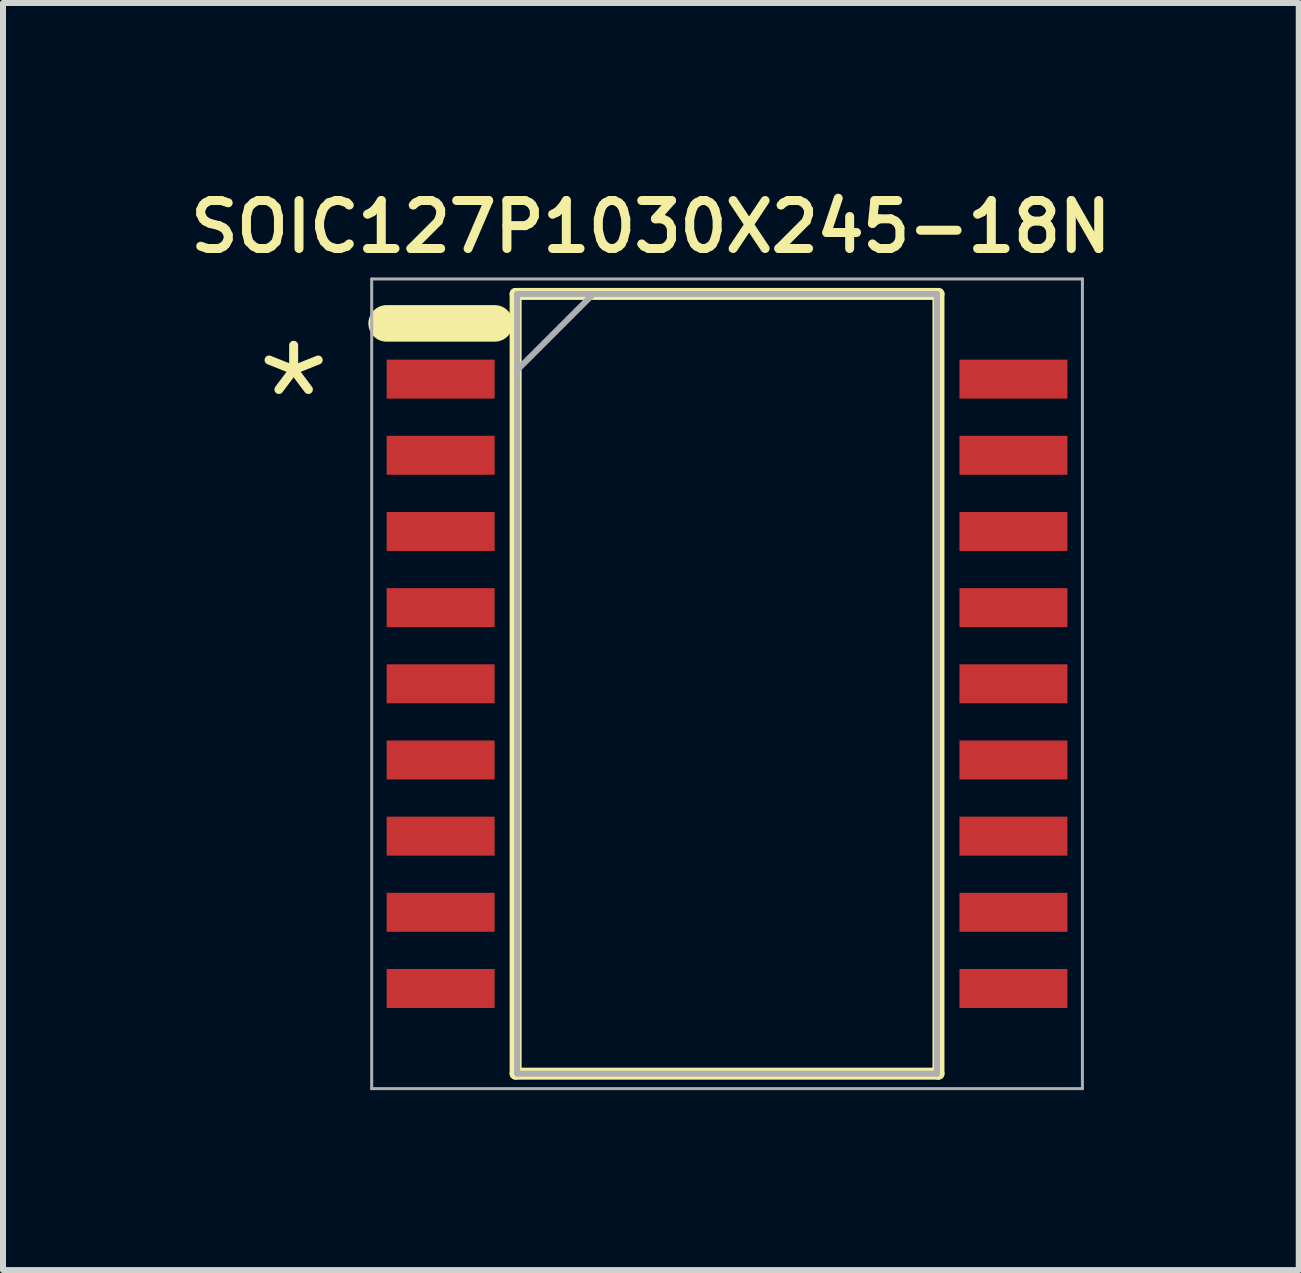
<source format=kicad_pcb>
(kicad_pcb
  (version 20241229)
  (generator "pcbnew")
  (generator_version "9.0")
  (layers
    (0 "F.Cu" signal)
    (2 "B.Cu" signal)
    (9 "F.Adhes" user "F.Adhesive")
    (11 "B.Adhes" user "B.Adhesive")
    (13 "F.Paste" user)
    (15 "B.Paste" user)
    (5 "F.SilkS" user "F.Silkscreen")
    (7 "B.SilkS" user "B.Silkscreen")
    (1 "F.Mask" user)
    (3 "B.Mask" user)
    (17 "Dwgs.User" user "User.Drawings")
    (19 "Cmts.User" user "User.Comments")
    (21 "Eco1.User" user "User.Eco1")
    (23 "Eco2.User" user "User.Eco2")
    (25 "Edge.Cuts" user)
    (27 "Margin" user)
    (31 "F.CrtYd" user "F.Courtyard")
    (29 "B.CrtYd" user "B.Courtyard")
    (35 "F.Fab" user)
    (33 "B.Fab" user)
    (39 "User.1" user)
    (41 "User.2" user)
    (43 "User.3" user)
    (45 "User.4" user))
  (footprint "SOIC127P1030X245-18N"
    (layer "F.Cu")
    (at 9.072 8.351)
    (property "Reference" "SOIC127P1030X245-18N" (at -1.27 -7.62 0) (layer "F.SilkS") (effects (font (size 0.8 0.8) (thickness 0.15))))
    (attr smd)
    (fp_line (start -5.675 -6.009) (end -3.875 -6.009) (stroke (width 0.61) (type solid)) (layer "F.SilkS"))
    (fp_line (start -3.525 -6.5) (end 3.525 -6.5) (stroke (width 0.2) (type solid)) (layer "F.SilkS"))
    (fp_line (start -3.525 6.5) (end -3.525 -6.5) (stroke (width 0.2) (type solid)) (layer "F.SilkS"))
    (fp_line (start 3.525 -6.5) (end 3.525 6.5) (stroke (width 0.2) (type solid)) (layer "F.SilkS"))
    (fp_line (start 3.525 6.5) (end -3.525 6.5) (stroke (width 0.2) (type solid)) (layer "F.SilkS"))
    (fp_line (start -5.925 -6.75) (end 5.925 -6.75) (stroke (width 0.05) (type solid)) (layer "F.Fab"))
    (fp_line (start -5.925 6.75) (end -5.925 -6.75) (stroke (width 0.05) (type solid)) (layer "F.Fab"))
    (fp_line (start -3.5 -6.5) (end 3.5 -6.5) (stroke (width 0.1) (type solid)) (layer "F.Fab"))
    (fp_line (start -3.5 -5.23) (end -2.23 -6.5) (stroke (width 0.1) (type solid)) (layer "F.Fab"))
    (fp_line (start -3.5 6.5) (end -3.5 -6.5) (stroke (width 0.1) (type solid)) (layer "F.Fab"))
    (fp_line (start 3.5 -6.5) (end 3.5 6.5) (stroke (width 0.1) (type solid)) (layer "F.Fab"))
    (fp_line (start 3.5 6.5) (end -3.5 6.5) (stroke (width 0.1) (type solid)) (layer "F.Fab"))
    (fp_line (start 5.925 -6.75) (end 5.925 6.75) (stroke (width 0.05) (type solid)) (layer "F.Fab"))
    (fp_line (start 5.925 6.75) (end -5.925 6.75) (stroke (width 0.05) (type solid)) (layer "F.Fab"))
    (fp_text user "*" (at -7.226 -4.712 0) (layer "F.SilkS") (effects (font (size 1.72 1.72) (thickness 0.15))))
    (pad "1" smd rect (at -4.775 -5.08) (size 1.8 0.65) (layers "F.Cu" "F.Mask" "F.Paste"))
    (pad "2" smd rect (at -4.775 -3.81) (size 1.8 0.65) (layers "F.Cu" "F.Mask" "F.Paste"))
    (pad "3" smd rect (at -4.775 -2.54) (size 1.8 0.65) (layers "F.Cu" "F.Mask" "F.Paste"))
    (pad "4" smd rect (at -4.775 -1.27) (size 1.8 0.65) (layers "F.Cu" "F.Mask" "F.Paste"))
    (pad "5" smd rect (at -4.775 0) (size 1.8 0.65) (layers "F.Cu" "F.Mask" "F.Paste"))
    (pad "6" smd rect (at -4.775 1.27) (size 1.8 0.65) (layers "F.Cu" "F.Mask" "F.Paste"))
    (pad "7" smd rect (at -4.775 2.54) (size 1.8 0.65) (layers "F.Cu" "F.Mask" "F.Paste"))
    (pad "8" smd rect (at -4.775 3.81) (size 1.8 0.65) (layers "F.Cu" "F.Mask" "F.Paste"))
    (pad "9" smd rect (at -4.775 5.08) (size 1.8 0.65) (layers "F.Cu" "F.Mask" "F.Paste"))
    (pad "10" smd rect (at 4.775 5.08) (size 1.8 0.65) (layers "F.Cu" "F.Mask" "F.Paste"))
    (pad "11" smd rect (at 4.775 3.81) (size 1.8 0.65) (layers "F.Cu" "F.Mask" "F.Paste"))
    (pad "12" smd rect (at 4.775 2.54) (size 1.8 0.65) (layers "F.Cu" "F.Mask" "F.Paste"))
    (pad "13" smd rect (at 4.775 1.27) (size 1.8 0.65) (layers "F.Cu" "F.Mask" "F.Paste"))
    (pad "14" smd rect (at 4.775 0) (size 1.8 0.65) (layers "F.Cu" "F.Mask" "F.Paste"))
    (pad "15" smd rect (at 4.775 -1.27) (size 1.8 0.65) (layers "F.Cu" "F.Mask" "F.Paste"))
    (pad "16" smd rect (at 4.775 -2.54) (size 1.8 0.65) (layers "F.Cu" "F.Mask" "F.Paste"))
    (pad "17" smd rect (at 4.775 -3.81) (size 1.8 0.65) (layers "F.Cu" "F.Mask" "F.Paste"))
    (pad "18" smd rect (at 4.775 -5.08) (size 1.8 0.65) (layers "F.Cu" "F.Mask" "F.Paste")))
  (gr_rect
    (start -3 -3)
    (end 18.604 18.126)
    (stroke (width 0.1) (type default))
    (fill no)
    (layer "Edge.Cuts")))
</source>
